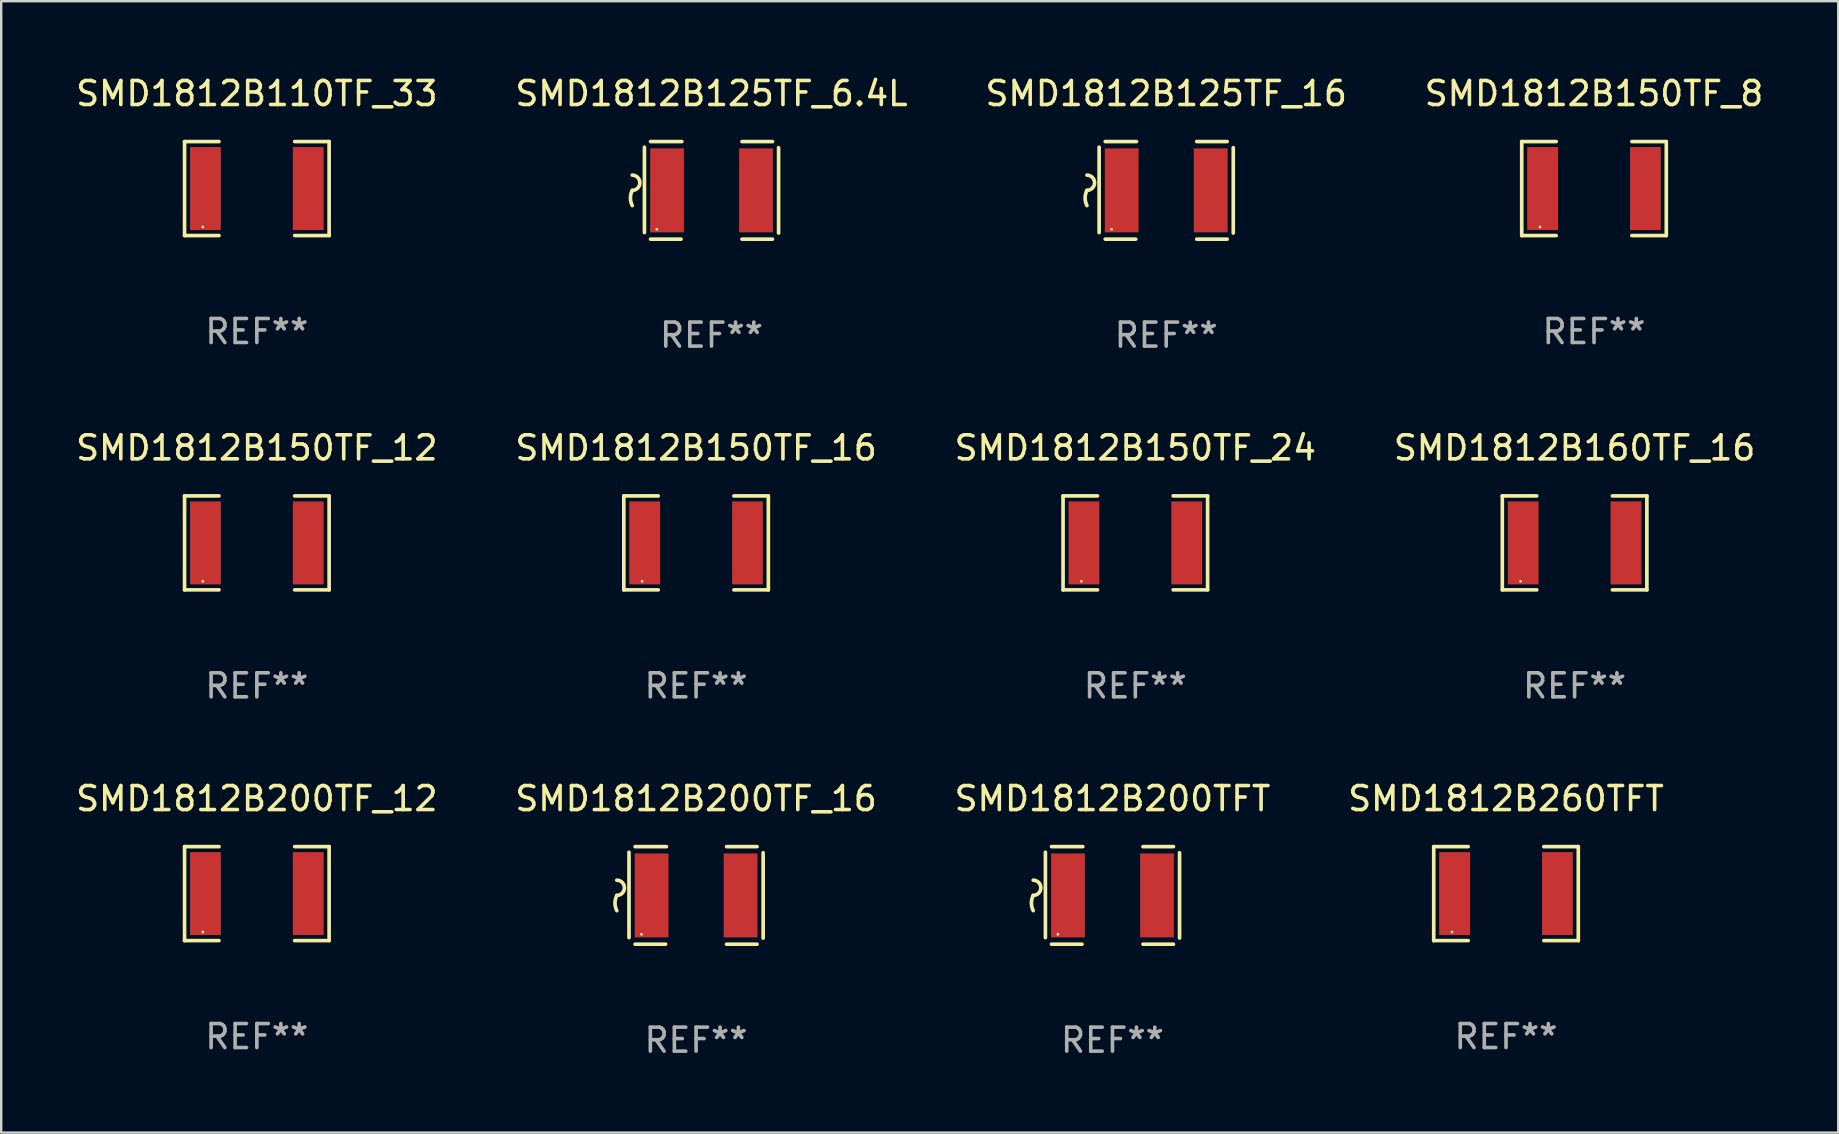
<source format=kicad_pcb>
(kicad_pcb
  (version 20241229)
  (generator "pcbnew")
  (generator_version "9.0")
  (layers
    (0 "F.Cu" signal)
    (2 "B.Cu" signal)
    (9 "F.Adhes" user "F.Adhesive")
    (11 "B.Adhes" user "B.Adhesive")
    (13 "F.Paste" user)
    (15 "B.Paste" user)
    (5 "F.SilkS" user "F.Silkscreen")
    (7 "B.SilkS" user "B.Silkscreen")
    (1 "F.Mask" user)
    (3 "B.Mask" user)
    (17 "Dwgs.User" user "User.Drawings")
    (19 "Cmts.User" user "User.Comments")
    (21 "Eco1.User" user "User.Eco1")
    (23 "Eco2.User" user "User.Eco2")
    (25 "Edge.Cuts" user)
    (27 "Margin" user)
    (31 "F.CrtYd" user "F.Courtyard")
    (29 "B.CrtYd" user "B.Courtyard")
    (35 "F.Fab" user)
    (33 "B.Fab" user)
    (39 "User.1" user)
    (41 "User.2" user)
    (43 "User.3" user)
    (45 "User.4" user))
  (footprint "SMD1812B200TF_16"
    (layer "F.Cu")
    (at 25.946 34.25)
    (property "Reference" "SMD1812B200TF_16" (at 0 -4.032 0) (layer "F.SilkS") (effects (font (size 1 1) (thickness 0.15))))
    (attr through_hole)
    (fp_line (start -2.794 -1.798) (end -2.794 1.758) (stroke (width 0.152) (type solid)) (layer "F.SilkS"))
    (fp_line (start -2.54 -2.032) (end -1.235 -2.032) (stroke (width 0.152) (type solid)) (layer "F.SilkS"))
    (fp_line (start -1.27 2.032) (end -2.54 2.032) (stroke (width 0.152) (type solid)) (layer "F.SilkS"))
    (fp_line (start 1.27 2.032) (end 2.54 2.032) (stroke (width 0.152) (type solid)) (layer "F.SilkS"))
    (fp_line (start 2.54 -2.032) (end 1.27 -2.032) (stroke (width 0.152) (type solid)) (layer "F.SilkS"))
    (fp_line (start 2.794 -1.778) (end 2.794 1.778) (stroke (width 0.152) (type solid)) (layer "F.SilkS"))
    (fp_arc (start -3.302007 -0.635002) (mid -2.984506 -0.317501) (end -3.302007 0) (stroke (width 0.151994) (type solid)) (layer "F.SilkS"))
    (fp_arc (start -3.302007 0.635002) (mid -3.376959 0.317501) (end -3.302007 0) (stroke (width 0.151994) (type solid)) (layer "F.SilkS"))
    (fp_circle (center -2.275 1.62) (end -2.245 1.62) (stroke (width 0.06) (type solid)) (fill no) (layer "F.SilkS"))
    (fp_text user "REF**" (at 0 6.032 0) (layer "F.Fab") (effects (font (size 1 1) (thickness 0.15))))
    (pad "1" smd rect (at -1.853 0) (size 1.407 3.499) (layers "F.Cu" "F.Mask" "F.Paste"))
    (pad "2" smd rect (at 1.853 0) (size 1.407 3.499) (layers "F.Cu" "F.Mask" "F.Paste")))
  (footprint "SMD1812B125TF_16"
    (layer "F.Cu")
    (at 45.53 4.88)
    (property "Reference" "SMD1812B125TF_16" (at 0 -4.032 0) (layer "F.SilkS") (effects (font (size 1 1) (thickness 0.15))))
    (attr through_hole)
    (fp_line (start -2.794 -1.798) (end -2.794 1.758) (stroke (width 0.152) (type solid)) (layer "F.SilkS"))
    (fp_line (start -2.54 -2.032) (end -1.235 -2.032) (stroke (width 0.152) (type solid)) (layer "F.SilkS"))
    (fp_line (start -1.27 2.032) (end -2.54 2.032) (stroke (width 0.152) (type solid)) (layer "F.SilkS"))
    (fp_line (start 1.27 2.032) (end 2.54 2.032) (stroke (width 0.152) (type solid)) (layer "F.SilkS"))
    (fp_line (start 2.54 -2.032) (end 1.27 -2.032) (stroke (width 0.152) (type solid)) (layer "F.SilkS"))
    (fp_line (start 2.794 -1.778) (end 2.794 1.778) (stroke (width 0.152) (type solid)) (layer "F.SilkS"))
    (fp_arc (start -3.302007 -0.635002) (mid -2.984506 -0.317501) (end -3.302007 0) (stroke (width 0.151994) (type solid)) (layer "F.SilkS"))
    (fp_arc (start -3.302007 0.635002) (mid -3.376959 0.317501) (end -3.302007 0) (stroke (width 0.151994) (type solid)) (layer "F.SilkS"))
    (fp_circle (center -2.275 1.62) (end -2.245 1.62) (stroke (width 0.06) (type solid)) (fill no) (layer "F.SilkS"))
    (fp_text user "REF**" (at 0 6.032 0) (layer "F.Fab") (effects (font (size 1 1) (thickness 0.15))))
    (pad "1" smd rect (at -1.853 0) (size 1.407 3.499) (layers "F.Cu" "F.Mask" "F.Paste"))
    (pad "2" smd rect (at 1.853 0) (size 1.407 3.499) (layers "F.Cu" "F.Mask" "F.Paste")))
  (footprint "SMD1812B150TF_16"
    (layer "F.Cu")
    (at 25.946 19.565)
    (property "Reference" "SMD1812B150TF_16" (at 0 -3.957 0) (layer "F.SilkS") (effects (font (size 1 1) (thickness 0.15))))
    (attr through_hole)
    (fp_line (start -3.011 -1.957) (end -1.576 -1.957) (stroke (width 0.152) (type solid)) (layer "F.SilkS"))
    (fp_line (start -3.011 1.957) (end -3.011 -1.957) (stroke (width 0.152) (type solid)) (layer "F.SilkS"))
    (fp_line (start -1.576 1.957) (end -3.011 1.957) (stroke (width 0.152) (type solid)) (layer "F.SilkS"))
    (fp_line (start 1.576 1.957) (end 3.011 1.957) (stroke (width 0.152) (type solid)) (layer "F.SilkS"))
    (fp_line (start 3.011 -1.957) (end 1.576 -1.957) (stroke (width 0.152) (type solid)) (layer "F.SilkS"))
    (fp_line (start 3.011 1.957) (end 3.011 -1.957) (stroke (width 0.152) (type solid)) (layer "F.SilkS"))
    (fp_circle (center -2.25 1.6) (end -2.22 1.6) (stroke (width 0.06) (type solid)) (fill no) (layer "F.SilkS"))
    (fp_text user "REF**" (at 0 5.957 0) (layer "F.Fab") (effects (font (size 1 1) (thickness 0.15))))
    (pad "1" smd rect (at -2.141 0) (size 1.283 3.456) (layers "F.Cu" "F.Mask" "F.Paste"))
    (pad "2" smd rect (at 2.141 0) (size 1.283 3.456) (layers "F.Cu" "F.Mask" "F.Paste")))
  (footprint "SMD1812B150TF_12"
    (layer "F.Cu")
    (at 7.649 19.565)
    (property "Reference" "SMD1812B150TF_12" (at 0 -3.957 0) (layer "F.SilkS") (effects (font (size 1 1) (thickness 0.15))))
    (attr through_hole)
    (fp_line (start -3.011 -1.957) (end -1.576 -1.957) (stroke (width 0.152) (type solid)) (layer "F.SilkS"))
    (fp_line (start -3.011 1.957) (end -3.011 -1.957) (stroke (width 0.152) (type solid)) (layer "F.SilkS"))
    (fp_line (start -1.576 1.957) (end -3.011 1.957) (stroke (width 0.152) (type solid)) (layer "F.SilkS"))
    (fp_line (start 1.576 1.957) (end 3.011 1.957) (stroke (width 0.152) (type solid)) (layer "F.SilkS"))
    (fp_line (start 3.011 -1.957) (end 1.576 -1.957) (stroke (width 0.152) (type solid)) (layer "F.SilkS"))
    (fp_line (start 3.011 1.957) (end 3.011 -1.957) (stroke (width 0.152) (type solid)) (layer "F.SilkS"))
    (fp_circle (center -2.25 1.6) (end -2.22 1.6) (stroke (width 0.06) (type solid)) (fill no) (layer "F.SilkS"))
    (fp_text user "REF**" (at 0 5.957 0) (layer "F.Fab") (effects (font (size 1 1) (thickness 0.15))))
    (pad "1" smd rect (at -2.141 0) (size 1.283 3.456) (layers "F.Cu" "F.Mask" "F.Paste"))
    (pad "2" smd rect (at 2.141 0) (size 1.283 3.456) (layers "F.Cu" "F.Mask" "F.Paste")))
  (footprint "SMD1812B110TF_33"
    (layer "F.Cu")
    (at 7.649 4.805)
    (property "Reference" "SMD1812B110TF_33" (at 0 -3.957 0) (layer "F.SilkS") (effects (font (size 1 1) (thickness 0.15))))
    (attr through_hole)
    (fp_line (start -3.011 -1.957) (end -1.576 -1.957) (stroke (width 0.152) (type solid)) (layer "F.SilkS"))
    (fp_line (start -3.011 1.957) (end -3.011 -1.957) (stroke (width 0.152) (type solid)) (layer "F.SilkS"))
    (fp_line (start -1.576 1.957) (end -3.011 1.957) (stroke (width 0.152) (type solid)) (layer "F.SilkS"))
    (fp_line (start 1.576 1.957) (end 3.011 1.957) (stroke (width 0.152) (type solid)) (layer "F.SilkS"))
    (fp_line (start 3.011 -1.957) (end 1.576 -1.957) (stroke (width 0.152) (type solid)) (layer "F.SilkS"))
    (fp_line (start 3.011 1.957) (end 3.011 -1.957) (stroke (width 0.152) (type solid)) (layer "F.SilkS"))
    (fp_circle (center -2.25 1.6) (end -2.22 1.6) (stroke (width 0.06) (type solid)) (fill no) (layer "F.SilkS"))
    (fp_text user "REF**" (at 0 5.957 0) (layer "F.Fab") (effects (font (size 1 1) (thickness 0.15))))
    (pad "1" smd rect (at -2.141 0) (size 1.283 3.456) (layers "F.Cu" "F.Mask" "F.Paste"))
    (pad "2" smd rect (at 2.141 0) (size 1.283 3.456) (layers "F.Cu" "F.Mask" "F.Paste")))
  (footprint "SMD1812B150TF_8"
    (layer "F.Cu")
    (at 63.351 4.805)
    (property "Reference" "SMD1812B150TF_8" (at 0 -3.957 0) (layer "F.SilkS") (effects (font (size 1 1) (thickness 0.15))))
    (attr through_hole)
    (fp_line (start -3.011 -1.957) (end -1.576 -1.957) (stroke (width 0.152) (type solid)) (layer "F.SilkS"))
    (fp_line (start -3.011 1.957) (end -3.011 -1.957) (stroke (width 0.152) (type solid)) (layer "F.SilkS"))
    (fp_line (start -1.576 1.957) (end -3.011 1.957) (stroke (width 0.152) (type solid)) (layer "F.SilkS"))
    (fp_line (start 1.576 1.957) (end 3.011 1.957) (stroke (width 0.152) (type solid)) (layer "F.SilkS"))
    (fp_line (start 3.011 -1.957) (end 1.576 -1.957) (stroke (width 0.152) (type solid)) (layer "F.SilkS"))
    (fp_line (start 3.011 1.957) (end 3.011 -1.957) (stroke (width 0.152) (type solid)) (layer "F.SilkS"))
    (fp_circle (center -2.25 1.6) (end -2.22 1.6) (stroke (width 0.06) (type solid)) (fill no) (layer "F.SilkS"))
    (fp_text user "REF**" (at 0 5.957 0) (layer "F.Fab") (effects (font (size 1 1) (thickness 0.15))))
    (pad "1" smd rect (at -2.141 0) (size 1.283 3.456) (layers "F.Cu" "F.Mask" "F.Paste"))
    (pad "2" smd rect (at 2.141 0) (size 1.283 3.456) (layers "F.Cu" "F.Mask" "F.Paste")))
  (footprint "SMD1812B125TF_6.4L"
    (layer "F.Cu")
    (at 26.589 4.88)
    (property "Reference" "SMD1812B125TF_6.4L" (at 0 -4.032 0) (layer "F.SilkS") (effects (font (size 1 1) (thickness 0.15))))
    (attr through_hole)
    (fp_line (start -2.794 -1.798) (end -2.794 1.758) (stroke (width 0.152) (type solid)) (layer "F.SilkS"))
    (fp_line (start -2.54 -2.032) (end -1.235 -2.032) (stroke (width 0.152) (type solid)) (layer "F.SilkS"))
    (fp_line (start -1.27 2.032) (end -2.54 2.032) (stroke (width 0.152) (type solid)) (layer "F.SilkS"))
    (fp_line (start 1.27 2.032) (end 2.54 2.032) (stroke (width 0.152) (type solid)) (layer "F.SilkS"))
    (fp_line (start 2.54 -2.032) (end 1.27 -2.032) (stroke (width 0.152) (type solid)) (layer "F.SilkS"))
    (fp_line (start 2.794 -1.778) (end 2.794 1.778) (stroke (width 0.152) (type solid)) (layer "F.SilkS"))
    (fp_arc (start -3.302007 -0.635002) (mid -2.984506 -0.317501) (end -3.302007 0) (stroke (width 0.151994) (type solid)) (layer "F.SilkS"))
    (fp_arc (start -3.302007 0.635002) (mid -3.376959 0.317501) (end -3.302007 0) (stroke (width 0.151994) (type solid)) (layer "F.SilkS"))
    (fp_circle (center -2.275 1.62) (end -2.245 1.62) (stroke (width 0.06) (type solid)) (fill no) (layer "F.SilkS"))
    (fp_text user "REF**" (at 0 6.032 0) (layer "F.Fab") (effects (font (size 1 1) (thickness 0.15))))
    (pad "1" smd rect (at -1.853 0) (size 1.407 3.499) (layers "F.Cu" "F.Mask" "F.Paste"))
    (pad "2" smd rect (at 1.853 0) (size 1.407 3.499) (layers "F.Cu" "F.Mask" "F.Paste")))
  (footprint "SMD1812B200TFT"
    (layer "F.Cu")
    (at 43.292 34.25)
    (property "Reference" "SMD1812B200TFT" (at 0 -4.032 0) (layer "F.SilkS") (effects (font (size 1 1) (thickness 0.15))))
    (attr through_hole)
    (fp_line (start -2.794 -1.798) (end -2.794 1.758) (stroke (width 0.152) (type solid)) (layer "F.SilkS"))
    (fp_line (start -2.54 -2.032) (end -1.235 -2.032) (stroke (width 0.152) (type solid)) (layer "F.SilkS"))
    (fp_line (start -1.27 2.032) (end -2.54 2.032) (stroke (width 0.152) (type solid)) (layer "F.SilkS"))
    (fp_line (start 1.27 2.032) (end 2.54 2.032) (stroke (width 0.152) (type solid)) (layer "F.SilkS"))
    (fp_line (start 2.54 -2.032) (end 1.27 -2.032) (stroke (width 0.152) (type solid)) (layer "F.SilkS"))
    (fp_line (start 2.794 -1.778) (end 2.794 1.778) (stroke (width 0.152) (type solid)) (layer "F.SilkS"))
    (fp_arc (start -3.302007 -0.635002) (mid -2.984506 -0.317501) (end -3.302007 0) (stroke (width 0.151994) (type solid)) (layer "F.SilkS"))
    (fp_arc (start -3.302007 0.635002) (mid -3.376959 0.317501) (end -3.302007 0) (stroke (width 0.151994) (type solid)) (layer "F.SilkS"))
    (fp_circle (center -2.275 1.62) (end -2.245 1.62) (stroke (width 0.06) (type solid)) (fill no) (layer "F.SilkS"))
    (fp_text user "REF**" (at 0 6.032 0) (layer "F.Fab") (effects (font (size 1 1) (thickness 0.15))))
    (pad "1" smd rect (at -1.853 0) (size 1.407 3.499) (layers "F.Cu" "F.Mask" "F.Paste"))
    (pad "2" smd rect (at 1.853 0) (size 1.407 3.499) (layers "F.Cu" "F.Mask" "F.Paste")))
  (footprint "SMD1812B200TF_12"
    (layer "F.Cu")
    (at 7.649 34.175)
    (property "Reference" "SMD1812B200TF_12" (at 0 -3.957 0) (layer "F.SilkS") (effects (font (size 1 1) (thickness 0.15))))
    (attr through_hole)
    (fp_line (start -3.011 -1.957) (end -1.576 -1.957) (stroke (width 0.152) (type solid)) (layer "F.SilkS"))
    (fp_line (start -3.011 1.957) (end -3.011 -1.957) (stroke (width 0.152) (type solid)) (layer "F.SilkS"))
    (fp_line (start -1.576 1.957) (end -3.011 1.957) (stroke (width 0.152) (type solid)) (layer "F.SilkS"))
    (fp_line (start 1.576 1.957) (end 3.011 1.957) (stroke (width 0.152) (type solid)) (layer "F.SilkS"))
    (fp_line (start 3.011 -1.957) (end 1.576 -1.957) (stroke (width 0.152) (type solid)) (layer "F.SilkS"))
    (fp_line (start 3.011 1.957) (end 3.011 -1.957) (stroke (width 0.152) (type solid)) (layer "F.SilkS"))
    (fp_circle (center -2.25 1.6) (end -2.22 1.6) (stroke (width 0.06) (type solid)) (fill no) (layer "F.SilkS"))
    (fp_text user "REF**" (at 0 5.957 0) (layer "F.Fab") (effects (font (size 1 1) (thickness 0.15))))
    (pad "1" smd rect (at -2.141 0) (size 1.283 3.456) (layers "F.Cu" "F.Mask" "F.Paste"))
    (pad "2" smd rect (at 2.141 0) (size 1.283 3.456) (layers "F.Cu" "F.Mask" "F.Paste")))
  (footprint "SMD1812B260TFT"
    (layer "F.Cu")
    (at 59.685 34.175)
    (property "Reference" "SMD1812B260TFT" (at 0 -3.957 0) (layer "F.SilkS") (effects (font (size 1 1) (thickness 0.15))))
    (attr through_hole)
    (fp_line (start -3.011 -1.957) (end -1.576 -1.957) (stroke (width 0.152) (type solid)) (layer "F.SilkS"))
    (fp_line (start -3.011 1.957) (end -3.011 -1.957) (stroke (width 0.152) (type solid)) (layer "F.SilkS"))
    (fp_line (start -1.576 1.957) (end -3.011 1.957) (stroke (width 0.152) (type solid)) (layer "F.SilkS"))
    (fp_line (start 1.576 1.957) (end 3.011 1.957) (stroke (width 0.152) (type solid)) (layer "F.SilkS"))
    (fp_line (start 3.011 -1.957) (end 1.576 -1.957) (stroke (width 0.152) (type solid)) (layer "F.SilkS"))
    (fp_line (start 3.011 1.957) (end 3.011 -1.957) (stroke (width 0.152) (type solid)) (layer "F.SilkS"))
    (fp_circle (center -2.25 1.6) (end -2.22 1.6) (stroke (width 0.06) (type solid)) (fill no) (layer "F.SilkS"))
    (fp_text user "REF**" (at 0 5.957 0) (layer "F.Fab") (effects (font (size 1 1) (thickness 0.15))))
    (pad "1" smd rect (at -2.141 0) (size 1.283 3.456) (layers "F.Cu" "F.Mask" "F.Paste"))
    (pad "2" smd rect (at 2.141 0) (size 1.283 3.456) (layers "F.Cu" "F.Mask" "F.Paste")))
  (footprint "SMD1812B160TF_16"
    (layer "F.Cu")
    (at 62.542 19.565)
    (property "Reference" "SMD1812B160TF_16" (at 0 -3.957 0) (layer "F.SilkS") (effects (font (size 1 1) (thickness 0.15))))
    (attr through_hole)
    (fp_line (start -3.011 -1.957) (end -1.576 -1.957) (stroke (width 0.152) (type solid)) (layer "F.SilkS"))
    (fp_line (start -3.011 1.957) (end -3.011 -1.957) (stroke (width 0.152) (type solid)) (layer "F.SilkS"))
    (fp_line (start -1.576 1.957) (end -3.011 1.957) (stroke (width 0.152) (type solid)) (layer "F.SilkS"))
    (fp_line (start 1.576 1.957) (end 3.011 1.957) (stroke (width 0.152) (type solid)) (layer "F.SilkS"))
    (fp_line (start 3.011 -1.957) (end 1.576 -1.957) (stroke (width 0.152) (type solid)) (layer "F.SilkS"))
    (fp_line (start 3.011 1.957) (end 3.011 -1.957) (stroke (width 0.152) (type solid)) (layer "F.SilkS"))
    (fp_circle (center -2.25 1.6) (end -2.22 1.6) (stroke (width 0.06) (type solid)) (fill no) (layer "F.SilkS"))
    (fp_text user "REF**" (at 0 5.957 0) (layer "F.Fab") (effects (font (size 1 1) (thickness 0.15))))
    (pad "1" smd rect (at -2.141 0) (size 1.283 3.456) (layers "F.Cu" "F.Mask" "F.Paste"))
    (pad "2" smd rect (at 2.141 0) (size 1.283 3.456) (layers "F.Cu" "F.Mask" "F.Paste")))
  (footprint "SMD1812B150TF_24"
    (layer "F.Cu")
    (at 44.244 19.565)
    (property "Reference" "SMD1812B150TF_24" (at 0 -3.957 0) (layer "F.SilkS") (effects (font (size 1 1) (thickness 0.15))))
    (attr through_hole)
    (fp_line (start -3.011 -1.957) (end -1.576 -1.957) (stroke (width 0.152) (type solid)) (layer "F.SilkS"))
    (fp_line (start -3.011 1.957) (end -3.011 -1.957) (stroke (width 0.152) (type solid)) (layer "F.SilkS"))
    (fp_line (start -1.576 1.957) (end -3.011 1.957) (stroke (width 0.152) (type solid)) (layer "F.SilkS"))
    (fp_line (start 1.576 1.957) (end 3.011 1.957) (stroke (width 0.152) (type solid)) (layer "F.SilkS"))
    (fp_line (start 3.011 -1.957) (end 1.576 -1.957) (stroke (width 0.152) (type solid)) (layer "F.SilkS"))
    (fp_line (start 3.011 1.957) (end 3.011 -1.957) (stroke (width 0.152) (type solid)) (layer "F.SilkS"))
    (fp_circle (center -2.25 1.6) (end -2.22 1.6) (stroke (width 0.06) (type solid)) (fill no) (layer "F.SilkS"))
    (fp_text user "REF**" (at 0 5.957 0) (layer "F.Fab") (effects (font (size 1 1) (thickness 0.15))))
    (pad "1" smd rect (at -2.141 0) (size 1.283 3.456) (layers "F.Cu" "F.Mask" "F.Paste"))
    (pad "2" smd rect (at 2.141 0) (size 1.283 3.456) (layers "F.Cu" "F.Mask" "F.Paste")))
  (gr_rect
    (start -3 -3)
    (end 73.524 44.131)
    (stroke (width 0.1) (type default))
    (fill no)
    (layer "Edge.Cuts")))
</source>
